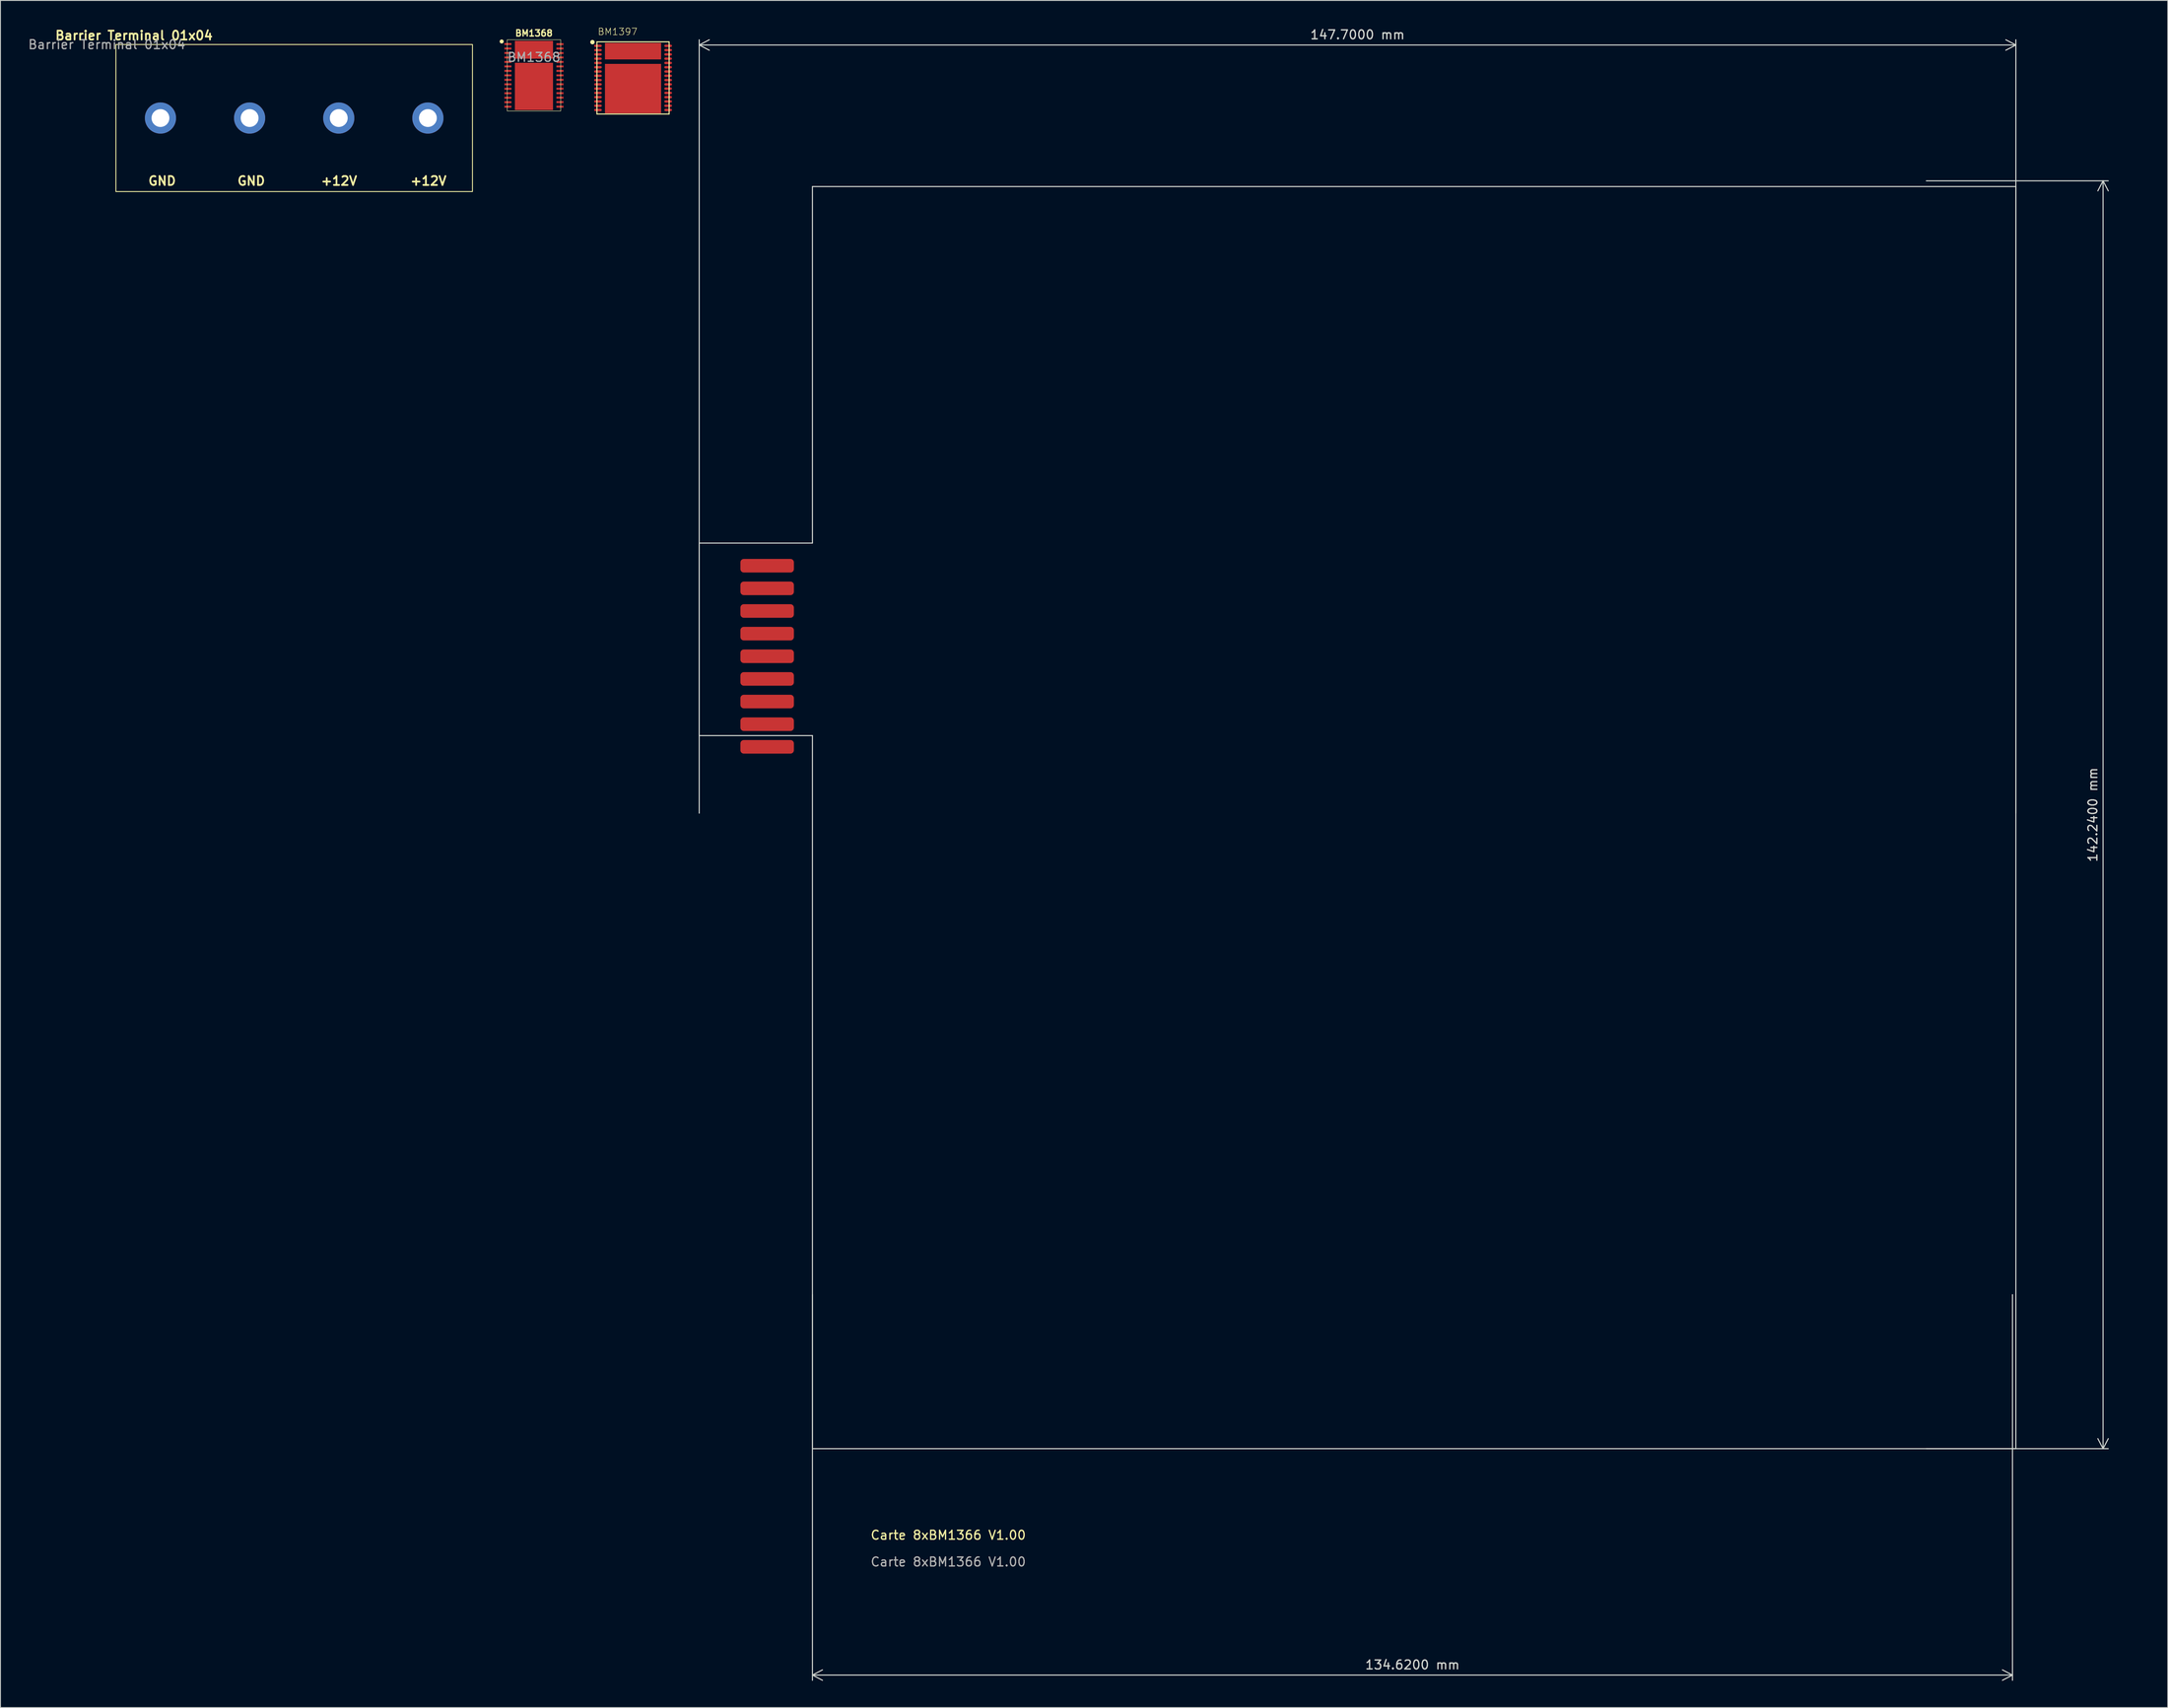
<source format=kicad_pcb>
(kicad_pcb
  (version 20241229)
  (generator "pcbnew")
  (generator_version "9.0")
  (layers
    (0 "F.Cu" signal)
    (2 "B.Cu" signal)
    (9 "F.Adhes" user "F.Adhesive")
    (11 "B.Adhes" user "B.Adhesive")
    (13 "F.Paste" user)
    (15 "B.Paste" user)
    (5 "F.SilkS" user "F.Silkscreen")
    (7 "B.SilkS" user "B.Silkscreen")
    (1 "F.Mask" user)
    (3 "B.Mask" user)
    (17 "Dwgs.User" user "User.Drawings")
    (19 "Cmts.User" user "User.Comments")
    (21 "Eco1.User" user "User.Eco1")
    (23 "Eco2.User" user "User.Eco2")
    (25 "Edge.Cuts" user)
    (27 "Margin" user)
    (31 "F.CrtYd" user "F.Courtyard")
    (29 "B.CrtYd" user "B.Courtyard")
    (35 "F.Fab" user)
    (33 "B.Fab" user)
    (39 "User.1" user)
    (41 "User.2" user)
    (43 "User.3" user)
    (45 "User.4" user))
  (footprint "BM1397"
    (layer "F.Cu")
    (at 67.964 5.692)
    (property "Reference" "BM1397" (at -4 -4.749 0) (layer "F.SilkS") (effects (font (size 0.748 0.748) (thickness 0.065)) (justify left bottom)))
    (fp_line (start -4.05 -4.05) (end 4.05 -4.05) (stroke (width 0.12) (type solid)) (layer "F.SilkS"))
    (fp_line (start -4.05 4.05) (end -4.05 -4.05) (stroke (width 0.12) (type solid)) (layer "F.SilkS"))
    (fp_line (start 4.05 -4.05) (end 4.05 4.05) (stroke (width 0.12) (type solid)) (layer "F.SilkS"))
    (fp_line (start 4.05 4.05) (end -4.05 4.05) (stroke (width 0.12) (type solid)) (layer "F.SilkS"))
    (fp_circle (center -4.554 -4.014) (end -4.429 -4.014) (stroke (width 0.25) (type solid)) (fill no) (layer "F.SilkS"))
    (fp_poly (pts (xy -2.66 -2.3) (xy -1.2 -2.3) (xy -1.2 -3.7) (xy -2.66 -3.7)) (stroke (width 0.1) (type solid)) (fill yes) (layer "F.Paste"))
    (fp_poly (pts (xy -2.66 1) (xy -1.2 1) (xy -1.2 -1.3) (xy -2.66 -1.3)) (stroke (width 0.1) (type solid)) (fill yes) (layer "F.Paste"))
    (fp_poly (pts (xy -2.66 3.7) (xy -1.2 3.7) (xy -1.2 1.4) (xy -2.66 1.4)) (stroke (width 0.1) (type solid)) (fill yes) (layer "F.Paste"))
    (fp_poly (pts (xy -0.56 -2.3) (xy 0.66 -2.3) (xy 0.66 -3.7) (xy -0.56 -3.7)) (stroke (width 0.1) (type solid)) (fill yes) (layer "F.Paste"))
    (fp_poly (pts (xy -0.56 1) (xy 0.66 1) (xy 0.66 -1.3) (xy -0.56 -1.3)) (stroke (width 0.1) (type solid)) (fill yes) (layer "F.Paste"))
    (fp_poly (pts (xy -0.56 3.7) (xy 0.66 3.7) (xy 0.66 1.4) (xy -0.56 1.4)) (stroke (width 0.1) (type solid)) (fill yes) (layer "F.Paste"))
    (fp_poly (pts (xy 1.2 -2.3) (xy 2.66 -2.3) (xy 2.66 -3.7) (xy 1.2 -3.7)) (stroke (width 0.1) (type solid)) (fill yes) (layer "F.Paste"))
    (fp_poly (pts (xy 1.2 1) (xy 2.66 1) (xy 2.66 -1.3) (xy 1.2 -1.3)) (stroke (width 0.1) (type solid)) (fill yes) (layer "F.Paste"))
    (fp_poly (pts (xy 1.2 3.7) (xy 2.66 3.7) (xy 2.66 1.4) (xy 1.2 1.4)) (stroke (width 0.1) (type solid)) (fill yes) (layer "F.Paste"))
    (pad "1" smd roundrect (at -3.935 -3.6) (size 0.86 0.27) (layers "F.Cu" "F.Mask" "F.Paste") (roundrect_rratio 0.5))
    (pad "2" smd roundrect (at -3.935 -3.12) (size 0.86 0.27) (layers "F.Cu" "F.Mask" "F.Paste") (roundrect_rratio 0.5))
    (pad "3" smd roundrect (at -3.935 -2.64) (size 0.86 0.27) (layers "F.Cu" "F.Mask" "F.Paste") (roundrect_rratio 0.5))
    (pad "4" smd roundrect (at -3.935 -2.16) (size 0.86 0.27) (layers "F.Cu" "F.Mask" "F.Paste") (roundrect_rratio 0.5))
    (pad "5" smd roundrect (at -3.935 -1.68) (size 0.86 0.27) (layers "F.Cu" "F.Mask" "F.Paste") (roundrect_rratio 0.5))
    (pad "6" smd roundrect (at -3.935 -1.2) (size 0.86 0.27) (layers "F.Cu" "F.Mask" "F.Paste") (roundrect_rratio 0.5))
    (pad "7" smd roundrect (at -3.935 -0.72) (size 0.86 0.27) (layers "F.Cu" "F.Mask" "F.Paste") (roundrect_rratio 0.5))
    (pad "8" smd roundrect (at -3.935 -0.24) (size 0.86 0.27) (layers "F.Cu" "F.Mask" "F.Paste") (roundrect_rratio 0.5))
    (pad "9" smd roundrect (at -3.935 0.24) (size 0.86 0.27) (layers "F.Cu" "F.Mask" "F.Paste") (roundrect_rratio 0.5))
    (pad "10" smd roundrect (at -3.935 0.72) (size 0.86 0.27) (layers "F.Cu" "F.Mask" "F.Paste") (roundrect_rratio 0.5))
    (pad "11" smd roundrect (at -3.935 1.2) (size 0.86 0.27) (layers "F.Cu" "F.Mask" "F.Paste") (roundrect_rratio 0.5))
    (pad "12" smd roundrect (at -3.935 1.68) (size 0.86 0.27) (layers "F.Cu" "F.Mask" "F.Paste") (roundrect_rratio 0.5))
    (pad "13" smd roundrect (at -3.935 2.16) (size 0.86 0.27) (layers "F.Cu" "F.Mask" "F.Paste") (roundrect_rratio 0.5))
    (pad "14" smd roundrect (at -3.935 2.64) (size 0.86 0.27) (layers "F.Cu" "F.Mask" "F.Paste") (roundrect_rratio 0.5))
    (pad "15" smd roundrect (at -3.935 3.12) (size 0.86 0.27) (layers "F.Cu" "F.Mask" "F.Paste") (roundrect_rratio 0.5))
    (pad "16" smd roundrect (at -3.935 3.6) (size 0.86 0.27) (layers "F.Cu" "F.Mask" "F.Paste") (roundrect_rratio 0.5))
    (pad "17" smd roundrect (at 3.935 3.6) (size 0.86 0.27) (layers "F.Cu" "F.Mask" "F.Paste") (roundrect_rratio 0.5))
    (pad "18" smd roundrect (at 3.935 3.12) (size 0.86 0.27) (layers "F.Cu" "F.Mask" "F.Paste") (roundrect_rratio 0.5))
    (pad "19" smd roundrect (at 3.935 2.64) (size 0.86 0.27) (layers "F.Cu" "F.Mask" "F.Paste") (roundrect_rratio 0.5))
    (pad "20" smd roundrect (at 3.935 2.16) (size 0.86 0.27) (layers "F.Cu" "F.Mask" "F.Paste") (roundrect_rratio 0.5))
    (pad "21" smd roundrect (at 3.935 1.68) (size 0.86 0.27) (layers "F.Cu" "F.Mask" "F.Paste") (roundrect_rratio 0.5))
    (pad "22" smd roundrect (at 3.935 1.2) (size 0.86 0.27) (layers "F.Cu" "F.Mask" "F.Paste") (roundrect_rratio 0.5))
    (pad "23" smd roundrect (at 3.935 0.72) (size 0.86 0.27) (layers "F.Cu" "F.Mask" "F.Paste") (roundrect_rratio 0.5))
    (pad "24" smd roundrect (at 3.935 0.24) (size 0.86 0.27) (layers "F.Cu" "F.Mask" "F.Paste") (roundrect_rratio 0.5))
    (pad "25" smd roundrect (at 3.935 -0.24) (size 0.86 0.27) (layers "F.Cu" "F.Mask" "F.Paste") (roundrect_rratio 0.5))
    (pad "26" smd roundrect (at 3.935 -0.72) (size 0.86 0.27) (layers "F.Cu" "F.Mask" "F.Paste") (roundrect_rratio 0.5))
    (pad "27" smd roundrect (at 3.935 -1.2) (size 0.86 0.27) (layers "F.Cu" "F.Mask" "F.Paste") (roundrect_rratio 0.5))
    (pad "28" smd roundrect (at 3.935 -1.68) (size 0.86 0.27) (layers "F.Cu" "F.Mask" "F.Paste") (roundrect_rratio 0.5))
    (pad "29" smd roundrect (at 3.935 -2.16) (size 0.86 0.27) (layers "F.Cu" "F.Mask" "F.Paste") (roundrect_rratio 0.5))
    (pad "30" smd roundrect (at 3.935 -2.64) (size 0.86 0.27) (layers "F.Cu" "F.Mask" "F.Paste") (roundrect_rratio 0.5))
    (pad "31" smd roundrect (at 3.935 -3.12) (size 0.86 0.27) (layers "F.Cu" "F.Mask" "F.Paste") (roundrect_rratio 0.5))
    (pad "32" smd roundrect (at 3.935 -3.6) (size 0.86 0.27) (layers "F.Cu" "F.Mask" "F.Paste") (roundrect_rratio 0.5))
    (pad "33" smd rect (at 0 -3) (size 6.3 1.85) (layers "F.Cu" "F.Mask"))
    (pad "34" smd rect (at 0 1.2) (size 6.3 5.55) (layers "F.Cu" "F.Mask")))
  (footprint "Barrier Terminal 01x04"
    (layer "F.Cu")
    (at 9.951 1.952)
    (property "Reference" "Barrier Terminal 01x04" (at 2.032 -1.016 0) (unlocked yes) (layer "F.SilkS") (effects (font (size 1 1) (thickness 0.2) (bold yes))))
    (attr through_hole)
    (fp_rect (start 0 -0.008) (end 40 16.492) (stroke (width 0.1) (type default)) (fill no) (layer "F.SilkS"))
    (fp_text user "+12V" (at 22.9 15.882 0) (unlocked yes) (layer "F.SilkS") (effects (font (size 1 1) (thickness 0.2) (bold yes)) (justify left bottom)))
    (fp_text user "GND" (at 3.53 15.882 0) (unlocked yes) (layer "F.SilkS") (effects (font (size 1 1) (thickness 0.2) (bold yes)) (justify left bottom)))
    (fp_text user "GND" (at 13.53 15.882 0) (unlocked yes) (layer "F.SilkS") (effects (font (size 1 1) (thickness 0.2) (bold yes)) (justify left bottom)))
    (fp_text user "+12V" (at 32.93 15.882 0) (unlocked yes) (layer "F.SilkS") (effects (font (size 1 1) (thickness 0.2) (bold yes)) (justify left bottom)))
    (fp_text user "${REFERENCE}" (at -1.016 0 0) (unlocked yes) (layer "F.Fab") (effects (font (size 1 1) (thickness 0.15))))
    (pad "1" thru_hole circle (at 5 8.242) (size 3.5 3.5) (drill 2) (layers "*.Cu" "*.Mask"))
    (pad "2" thru_hole circle (at 15 8.242) (size 3.5 3.5) (drill 2) (layers "*.Cu" "*.Mask"))
    (pad "3" thru_hole circle (at 25 8.242) (size 3.5 3.5) (drill 2) (layers "*.Cu" "*.Mask"))
    (pad "4" thru_hole circle (at 35 8.242) (size 3.5 3.5) (drill 2) (layers "*.Cu" "*.Mask")))
  (footprint "BM1368"
    (layer "F.Cu")
    (at 56.848 5.405)
    (property "Reference" "BM1368" (at 0 -4.732 0) (unlocked yes) (layer "F.SilkS") (effects (font (size 0.7 0.7) (thickness 0.15))))
    (attr smd)
    (fp_rect (start -2.08 -3.8) (end -0.3 -1.92) (stroke (width 0.12) (type solid)) (fill yes) (layer "F.Mask"))
    (fp_rect (start -2.08 -1.35) (end -0.28 1.01) (stroke (width 0.12) (type solid)) (fill yes) (layer "F.Mask"))
    (fp_rect (start -2.08 1.47) (end -0.28 3.83) (stroke (width 0.12) (type solid)) (fill yes) (layer "F.Mask"))
    (fp_rect (start 0.27 1.47) (end 2.07 3.83) (stroke (width 0.12) (type solid)) (fill yes) (layer "F.Mask"))
    (fp_rect (start 0.29 -3.8) (end 2.07 -1.93) (stroke (width 0.12) (type solid)) (fill yes) (layer "F.Mask"))
    (fp_rect (start 0.29 -1.34) (end 2.09 1.02) (stroke (width 0.12) (type solid)) (fill yes) (layer "F.Mask"))
    (fp_rect (start -3 -4) (end 3 4) (stroke (width 0.05) (type default)) (fill no) (layer "F.SilkS"))
    (fp_circle (center -3.62 -3.8) (end -3.418 -3.8) (stroke (width 0.05) (type solid)) (fill yes) (layer "F.SilkS"))
    (fp_rect (start -1.8 -3.45) (end -0.6 -2.33) (stroke (width 0.001) (type solid)) (fill yes) (layer "F.Paste"))
    (fp_rect (start -1.79 -1.21) (end -0.59 0.82) (stroke (width 0.001) (type solid)) (fill yes) (layer "F.Paste"))
    (fp_rect (start -1.79 1.65) (end -0.59 3.67) (stroke (width 0.001) (type solid)) (fill yes) (layer "F.Paste"))
    (fp_rect (start 0.58 1.65) (end 1.78 3.67) (stroke (width 0.001) (type solid)) (fill yes) (layer "F.Paste"))
    (fp_rect (start 0.6 -1.205) (end 1.8 0.825) (stroke (width 0.001) (type solid)) (fill yes) (layer "F.Paste"))
    (fp_rect (start 0.61 -3.45) (end 1.81 -2.34) (stroke (width 0.001) (type solid)) (fill yes) (layer "F.Paste"))
    (fp_text user "${REFERENCE}" (at 0 -2.032 0) (unlocked yes) (layer "F.Fab") (effects (font (size 1 1) (thickness 0.15))))
    (pad "1" smd rect (at -2.916 -3.514) (size 0.792 0.221) (layers "F.Cu" "F.Mask" "F.Paste"))
    (pad "2" smd rect (at -2.916 -3.012) (size 0.792 0.221) (layers "F.Cu" "F.Mask" "F.Paste"))
    (pad "3" smd rect (at -2.916 -2.51) (size 0.792 0.221) (layers "F.Cu" "F.Mask" "F.Paste"))
    (pad "4" smd rect (at -2.916 -2.008) (size 0.792 0.221) (layers "F.Cu" "F.Mask" "F.Paste"))
    (pad "5" smd rect (at -2.916 -1.506) (size 0.792 0.221) (layers "F.Cu" "F.Mask" "F.Paste"))
    (pad "6" smd rect (at -2.916 -1.004) (size 0.792 0.221) (layers "F.Cu" "F.Mask" "F.Paste"))
    (pad "7" smd rect (at -2.916 -0.502) (size 0.792 0.221) (layers "F.Cu" "F.Mask" "F.Paste"))
    (pad "8" smd rect (at -2.916 0) (size 0.792 0.221) (layers "F.Cu" "F.Mask" "F.Paste"))
    (pad "9" smd rect (at -2.916 0.502) (size 0.792 0.221) (layers "F.Cu" "F.Mask" "F.Paste"))
    (pad "10" smd rect (at -2.916 1.004) (size 0.792 0.221) (layers "F.Cu" "F.Mask" "F.Paste"))
    (pad "11" smd rect (at -2.916 1.506) (size 0.792 0.221) (layers "F.Cu" "F.Mask" "F.Paste"))
    (pad "12" smd rect (at -2.916 2.008) (size 0.792 0.221) (layers "F.Cu" "F.Mask" "F.Paste"))
    (pad "13" smd rect (at -2.916 2.51) (size 0.792 0.221) (layers "F.Cu" "F.Mask" "F.Paste"))
    (pad "14" smd rect (at -2.916 3.012) (size 0.792 0.221) (layers "F.Cu" "F.Mask" "F.Paste"))
    (pad "15" smd rect (at -2.916 3.514) (size 0.792 0.221) (layers "F.Cu" "F.Mask" "F.Paste"))
    (pad "16" smd rect (at 2.916 3.514) (size 0.792 0.221) (layers "F.Cu" "F.Mask" "F.Paste"))
    (pad "17" smd rect (at 2.916 2.999) (size 0.792 0.221) (layers "F.Cu" "F.Mask" "F.Paste"))
    (pad "18" smd rect (at 2.916 2.499) (size 0.792 0.221) (layers "F.Cu" "F.Mask" "F.Paste"))
    (pad "19" smd rect (at 2.916 1.999) (size 0.792 0.221) (layers "F.Cu" "F.Mask" "F.Paste"))
    (pad "20" smd rect (at 2.916 1.499) (size 0.792 0.221) (layers "F.Cu" "F.Mask" "F.Paste"))
    (pad "21" smd rect (at 2.916 0.999) (size 0.792 0.221) (layers "F.Cu" "F.Mask" "F.Paste"))
    (pad "22" smd rect (at 2.916 0.502) (size 0.792 0.221) (layers "F.Cu" "F.Mask" "F.Paste"))
    (pad "23" smd rect (at 2.916 -0.001) (size 0.792 0.221) (layers "F.Cu" "F.Mask" "F.Paste"))
    (pad "24" smd rect (at 2.916 -0.502) (size 0.792 0.221) (layers "F.Cu" "F.Mask" "F.Paste"))
    (pad "25" smd rect (at 2.916 -1.004) (size 0.792 0.221) (layers "F.Cu" "F.Mask" "F.Paste"))
    (pad "26" smd rect (at 2.916 -1.506) (size 0.792 0.221) (layers "F.Cu" "F.Mask" "F.Paste"))
    (pad "27" smd rect (at 2.916 -2.008) (size 0.792 0.221) (layers "F.Cu" "F.Mask" "F.Paste"))
    (pad "28" smd rect (at 2.916 -2.501) (size 0.792 0.221) (layers "F.Cu" "F.Mask" "F.Paste"))
    (pad "29" smd rect (at 2.916 -3.012) (size 0.792 0.221) (layers "F.Cu" "F.Mask" "F.Paste"))
    (pad "30" smd rect (at 2.916 -3.501) (size 0.792 0.221) (layers "F.Cu" "F.Mask" "F.Paste"))
    (pad "31" smd rect (at 0 -2.87) (size 4.277 2) (layers "F.Cu"))
    (pad "32" smd rect (at 0 1.24) (size 4.277 5.3) (layers "F.Cu")))
  (footprint "Carte 8xBM1366 V1.00"
    (layer "F.Cu")
    (at 88.089 159.478)
    (property "Reference" "Carte 8xBM1366 V1.00" (at 15.24 9.7 0) (unlocked yes) (layer "F.SilkS") (effects (font (size 1 1) (thickness 0.15))))
    (attr smd)
    (fp_line (start -12.7 -101.6) (end -12.7 -80) (stroke (width 0.12) (type default)) (layer "Edge.Cuts"))
    (fp_line (start 0 -141.6) (end 0 -101.6) (stroke (width 0.12) (type default)) (layer "Edge.Cuts"))
    (fp_line (start 0 -141.6) (end 135 -141.6) (stroke (width 0.12) (type default)) (layer "Edge.Cuts"))
    (fp_line (start 0 -101.6) (end -12.7 -101.6) (stroke (width 0.12) (type default)) (layer "Edge.Cuts"))
    (fp_line (start 0 -80) (end -12.7 -80) (stroke (width 0.12) (type default)) (layer "Edge.Cuts"))
    (fp_line (start 0 0) (end 0 -80) (stroke (width 0.12) (type default)) (layer "Edge.Cuts"))
    (fp_line (start 0 0) (end 135 0) (stroke (width 0.12) (type default)) (layer "Edge.Cuts"))
    (fp_line (start 135 0) (end 135 -141.6) (stroke (width 0.12) (type default)) (layer "Edge.Cuts"))
    (fp_text user "${REFERENCE}" (at 15.24 12.7 0) (unlocked yes) (layer "F.Fab") (effects (font (size 1 1) (thickness 0.15))))
    (dimension (type aligned) (layer "Edge.Cuts") (pts (xy 223.089 88.678) (xy 75.389 88.678)) (height 86.68) (format (prefix "") (suffix "") (units 3) (units_format 1) (precision 4)) (style (thickness 0.12) (arrow_length 1.27) (text_position_mode 0) (arrow_direction outward) (extension_height 0.586) (extension_offset 0.5) (keep_text_aligned yes)) (gr_text "147.7000 mm" (at 149.239 0.848 0) (layer "Edge.Cuts") (effects (font (size 1 1) (thickness 0.15)))))
    (dimension (type aligned) (layer "Edge.Cuts") (pts (xy 212.549 17.238) (xy 212.549 159.478)) (height -20.32) (format (prefix "") (suffix "") (units 3) (units_format 1) (precision 4)) (style (thickness 0.12) (arrow_length 1.27) (text_position_mode 0) (arrow_direction outward) (extension_height 0.586) (extension_offset 0.5) (keep_text_aligned yes)) (gr_text "142.2400 mm" (at 231.719 88.358 90) (layer "Edge.Cuts") (effects (font (size 1 1) (thickness 0.15)))))
    (dimension (type aligned) (layer "Edge.Cuts") (pts (xy 88.089 141.698) (xy 222.709 141.698)) (height 43.18) (format (prefix "") (suffix "") (units 3) (units_format 1) (precision 4)) (style (thickness 0.12) (arrow_length 1.27) (text_position_mode 0) (arrow_direction outward) (extension_height 0.586) (extension_offset 0.5) (keep_text_aligned yes)) (gr_text "134.6200 mm" (at 155.399 183.728 0) (layer "Edge.Cuts") (effects (font (size 1 1) (thickness 0.15)))))
    (pad "1" smd roundrect (at -5.08 -99.06) (size 6 1.524) (layers "F.Cu" "F.Mask" "F.Paste") (roundrect_rratio 0.25))
    (pad "1" smd roundrect (at -5.08 -96.52) (size 6 1.524) (layers "F.Cu" "F.Mask" "F.Paste") (roundrect_rratio 0.25))
    (pad "1" smd roundrect (at -5.08 -93.98) (size 6 1.524) (layers "F.Cu" "F.Mask" "F.Paste") (roundrect_rratio 0.25))
    (pad "1" smd roundrect (at -5.08 -91.44) (size 6 1.524) (layers "F.Cu" "F.Mask" "F.Paste") (roundrect_rratio 0.25))
    (pad "1" smd roundrect (at -5.08 -88.9) (size 6 1.524) (layers "F.Cu" "F.Mask" "F.Paste") (roundrect_rratio 0.25))
    (pad "1" smd roundrect (at -5.08 -86.36) (size 6 1.524) (layers "F.Cu" "F.Mask" "F.Paste") (roundrect_rratio 0.25))
    (pad "1" smd roundrect (at -5.08 -83.82) (size 6 1.524) (layers "F.Cu" "F.Mask" "F.Paste") (roundrect_rratio 0.25))
    (pad "1" smd roundrect (at -5.08 -81.28) (size 6 1.524) (layers "F.Cu" "F.Mask" "F.Paste") (roundrect_rratio 0.25))
    (pad "1" smd roundrect (at -5.08 -78.74) (size 6 1.524) (layers "F.Cu" "F.Mask" "F.Paste") (roundrect_rratio 0.25)))
  (gr_rect
    (start -3 -3)
    (end 240.129 188.525)
    (stroke (width 0.1) (type default))
    (fill no)
    (layer "Edge.Cuts")))
</source>
